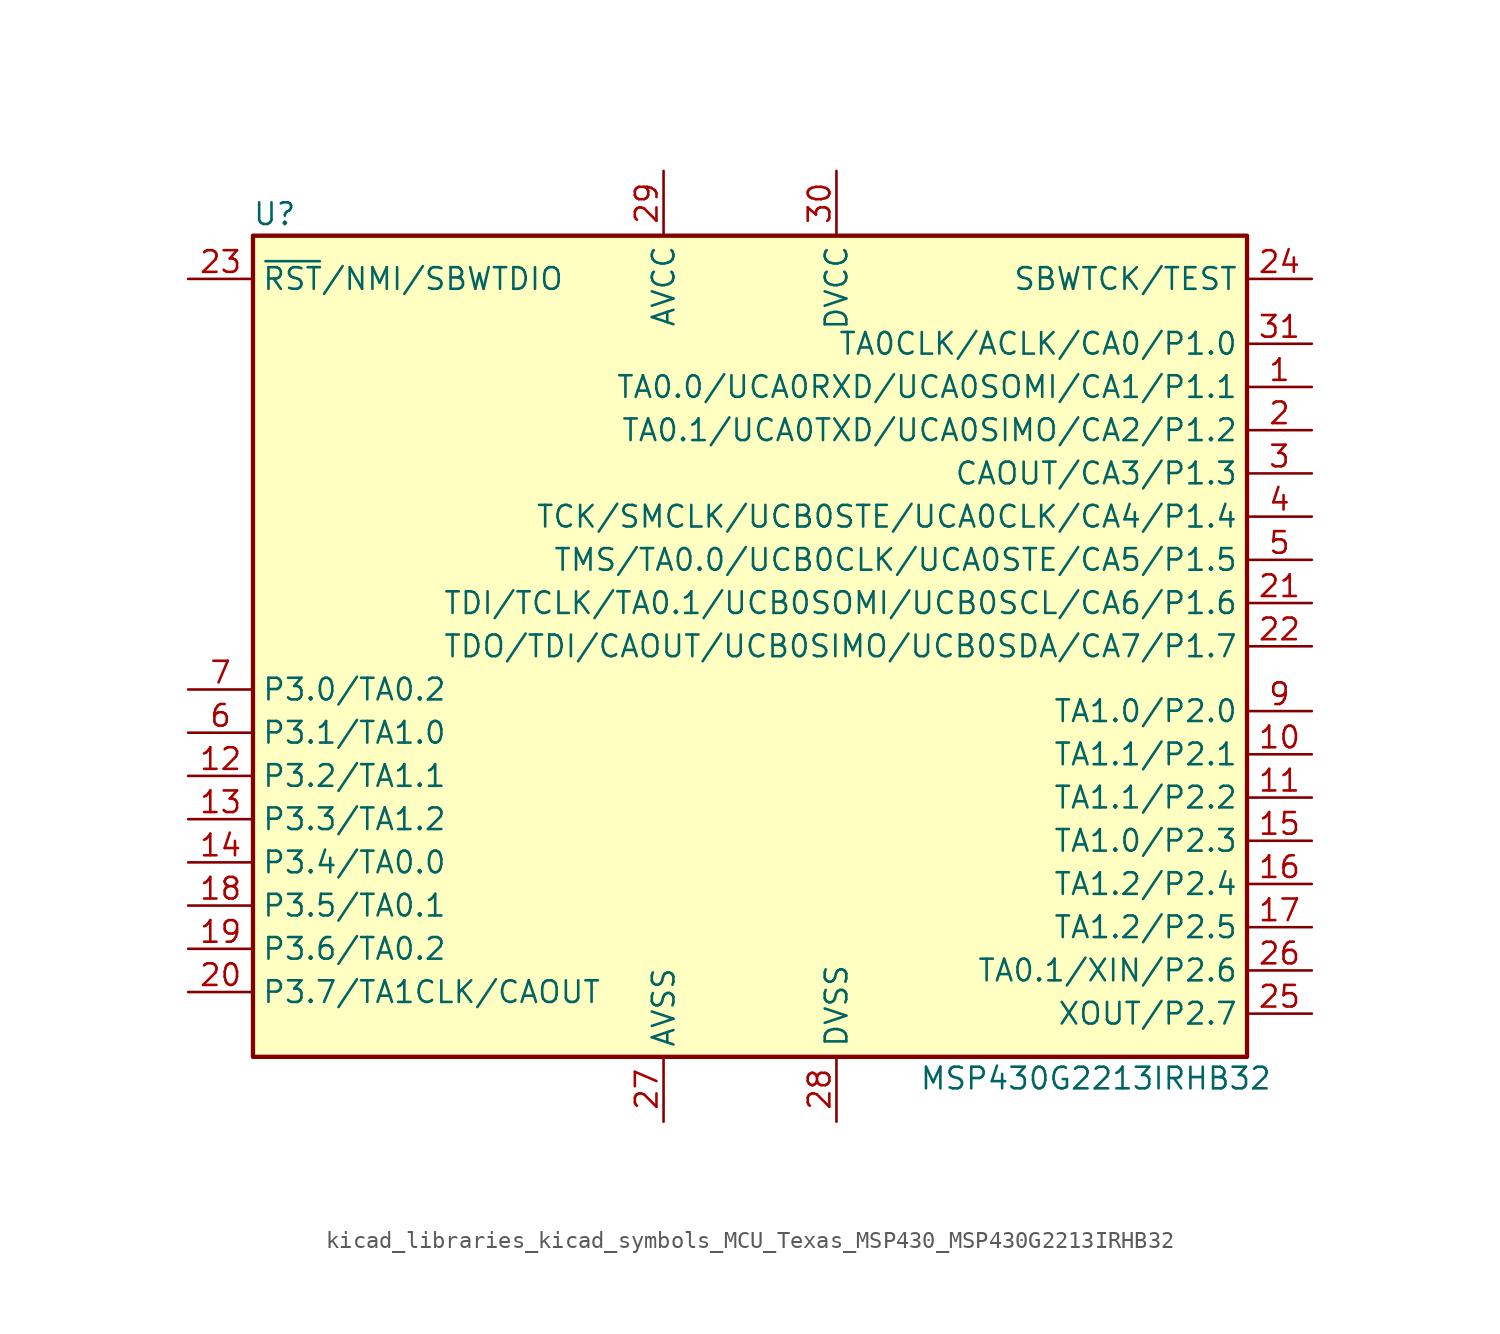
<source format=kicad_sym>
(kicad_symbol_lib
  (version 20220914)
  (generator kicad_symbol_editor)
  (symbol "kicad_libraries_kicad_symbols_MCU_Texas_MSP430_MSP430G2213IRHB32"
    (property "Reference" "U"
      (at -27.94 25.4 0)
      (effects (font (size 1.27 1.27))))
    (property "Value" "MSP430G2213IRHB32"
      (at 20.32 -25.4 0)
      (effects (font (size 1.27 1.27))))
    (symbol "kicad_libraries_kicad_symbols_MCU_Texas_MSP430_MSP430G2213IRHB32_0_1"
      (rectangle (start -29.21 24.13) (end 29.21 -24.13) (stroke (width 0.254) (type default)) (fill (type background))))
    (symbol "kicad_libraries_kicad_symbols_MCU_Texas_MSP430_MSP430G2213IRHB32_1_1"
      (pin bidirectional line (at 33.02 15.24 180) (length 3.81) (name "TA0.0/UCA0RXD/UCA0SOMI/CA1/P1.1" (effects (font (size 1.27 1.27)))) (number "1" (effects (font (size 1.27 1.27)))))
      (pin bidirectional line (at 33.02 -6.35 180) (length 3.81) (name "TA1.1/P2.1" (effects (font (size 1.27 1.27)))) (number "10" (effects (font (size 1.27 1.27)))))
      (pin bidirectional line (at 33.02 -8.89 180) (length 3.81) (name "TA1.1/P2.2" (effects (font (size 1.27 1.27)))) (number "11" (effects (font (size 1.27 1.27)))))
      (pin bidirectional line (at -33.02 -7.62 0) (length 3.81) (name "P3.2/TA1.1" (effects (font (size 1.27 1.27)))) (number "12" (effects (font (size 1.27 1.27)))))
      (pin bidirectional line (at -33.02 -10.16 0) (length 3.81) (name "P3.3/TA1.2" (effects (font (size 1.27 1.27)))) (number "13" (effects (font (size 1.27 1.27)))))
      (pin bidirectional line (at -33.02 -12.7 0) (length 3.81) (name "P3.4/TA0.0" (effects (font (size 1.27 1.27)))) (number "14" (effects (font (size 1.27 1.27)))))
      (pin bidirectional line (at 33.02 -11.43 180) (length 3.81) (name "TA1.0/P2.3" (effects (font (size 1.27 1.27)))) (number "15" (effects (font (size 1.27 1.27)))))
      (pin bidirectional line (at 33.02 -13.97 180) (length 3.81) (name "TA1.2/P2.4" (effects (font (size 1.27 1.27)))) (number "16" (effects (font (size 1.27 1.27)))))
      (pin bidirectional line (at 33.02 -16.51 180) (length 3.81) (name "TA1.2/P2.5" (effects (font (size 1.27 1.27)))) (number "17" (effects (font (size 1.27 1.27)))))
      (pin bidirectional line (at -33.02 -15.24 0) (length 3.81) (name "P3.5/TA0.1" (effects (font (size 1.27 1.27)))) (number "18" (effects (font (size 1.27 1.27)))))
      (pin bidirectional line (at -33.02 -17.78 0) (length 3.81) (name "P3.6/TA0.2" (effects (font (size 1.27 1.27)))) (number "19" (effects (font (size 1.27 1.27)))))
      (pin bidirectional line (at 33.02 12.7 180) (length 3.81) (name "TA0.1/UCA0TXD/UCA0SIMO/CA2/P1.2" (effects (font (size 1.27 1.27)))) (number "2" (effects (font (size 1.27 1.27)))))
      (pin bidirectional line (at -33.02 -20.32 0) (length 3.81) (name "P3.7/TA1CLK/CAOUT" (effects (font (size 1.27 1.27)))) (number "20" (effects (font (size 1.27 1.27)))))
      (pin bidirectional line (at 33.02 2.54 180) (length 3.81) (name "TDI/TCLK/TA0.1/UCB0SOMI/UCB0SCL/CA6/P1.6" (effects (font (size 1.27 1.27)))) (number "21" (effects (font (size 1.27 1.27)))))
      (pin bidirectional line (at 33.02 0 180) (length 3.81) (name "TDO/TDI/CAOUT/UCB0SIMO/UCB0SDA/CA7/P1.7" (effects (font (size 1.27 1.27)))) (number "22" (effects (font (size 1.27 1.27)))))
      (pin input line (at -33.02 21.59 0) (length 3.81) (name "~{RST}/NMI/SBWTDIO" (effects (font (size 1.27 1.27)))) (number "23" (effects (font (size 1.27 1.27)))))
      (pin input line (at 33.02 21.59 180) (length 3.81) (name "SBWTCK/TEST" (effects (font (size 1.27 1.27)))) (number "24" (effects (font (size 1.27 1.27)))))
      (pin bidirectional line (at 33.02 -21.59 180) (length 3.81) (name "XOUT/P2.7" (effects (font (size 1.27 1.27)))) (number "25" (effects (font (size 1.27 1.27)))))
      (pin bidirectional line (at 33.02 -19.05 180) (length 3.81) (name "TA0.1/XIN/P2.6" (effects (font (size 1.27 1.27)))) (number "26" (effects (font (size 1.27 1.27)))))
      (pin power_in line (at -5.08 -27.94 90) (length 3.81) (name "AVSS" (effects (font (size 1.27 1.27)))) (number "27" (effects (font (size 1.27 1.27)))))
      (pin power_in line (at 5.08 -27.94 90) (length 3.81) (name "DVSS" (effects (font (size 1.27 1.27)))) (number "28" (effects (font (size 1.27 1.27)))))
      (pin power_in line (at -5.08 27.94 270) (length 3.81) (name "AVCC" (effects (font (size 1.27 1.27)))) (number "29" (effects (font (size 1.27 1.27)))))
      (pin bidirectional line (at 33.02 10.16 180) (length 3.81) (name "CAOUT/CA3/P1.3" (effects (font (size 1.27 1.27)))) (number "3" (effects (font (size 1.27 1.27)))))
      (pin power_in line (at 5.08 27.94 270) (length 3.81) (name "DVCC" (effects (font (size 1.27 1.27)))) (number "30" (effects (font (size 1.27 1.27)))))
      (pin bidirectional line (at 33.02 17.78 180) (length 3.81) (name "TA0CLK/ACLK/CA0/P1.0" (effects (font (size 1.27 1.27)))) (number "31" (effects (font (size 1.27 1.27)))))
      (pin bidirectional line (at 33.02 7.62 180) (length 3.81) (name "TCK/SMCLK/UCB0STE/UCA0CLK/CA4/P1.4" (effects (font (size 1.27 1.27)))) (number "4" (effects (font (size 1.27 1.27)))))
      (pin bidirectional line (at 33.02 5.08 180) (length 3.81) (name "TMS/TA0.0/UCB0CLK/UCA0STE/CA5/P1.5" (effects (font (size 1.27 1.27)))) (number "5" (effects (font (size 1.27 1.27)))))
      (pin bidirectional line (at -33.02 -5.08 0) (length 3.81) (name "P3.1/TA1.0" (effects (font (size 1.27 1.27)))) (number "6" (effects (font (size 1.27 1.27)))))
      (pin bidirectional line (at -33.02 -2.54 0) (length 3.81) (name "P3.0/TA0.2" (effects (font (size 1.27 1.27)))) (number "7" (effects (font (size 1.27 1.27)))))
      (pin bidirectional line (at 33.02 -3.81 180) (length 3.81) (name "TA1.0/P2.0" (effects (font (size 1.27 1.27)))) (number "9" (effects (font (size 1.27 1.27))))))))
</source>
